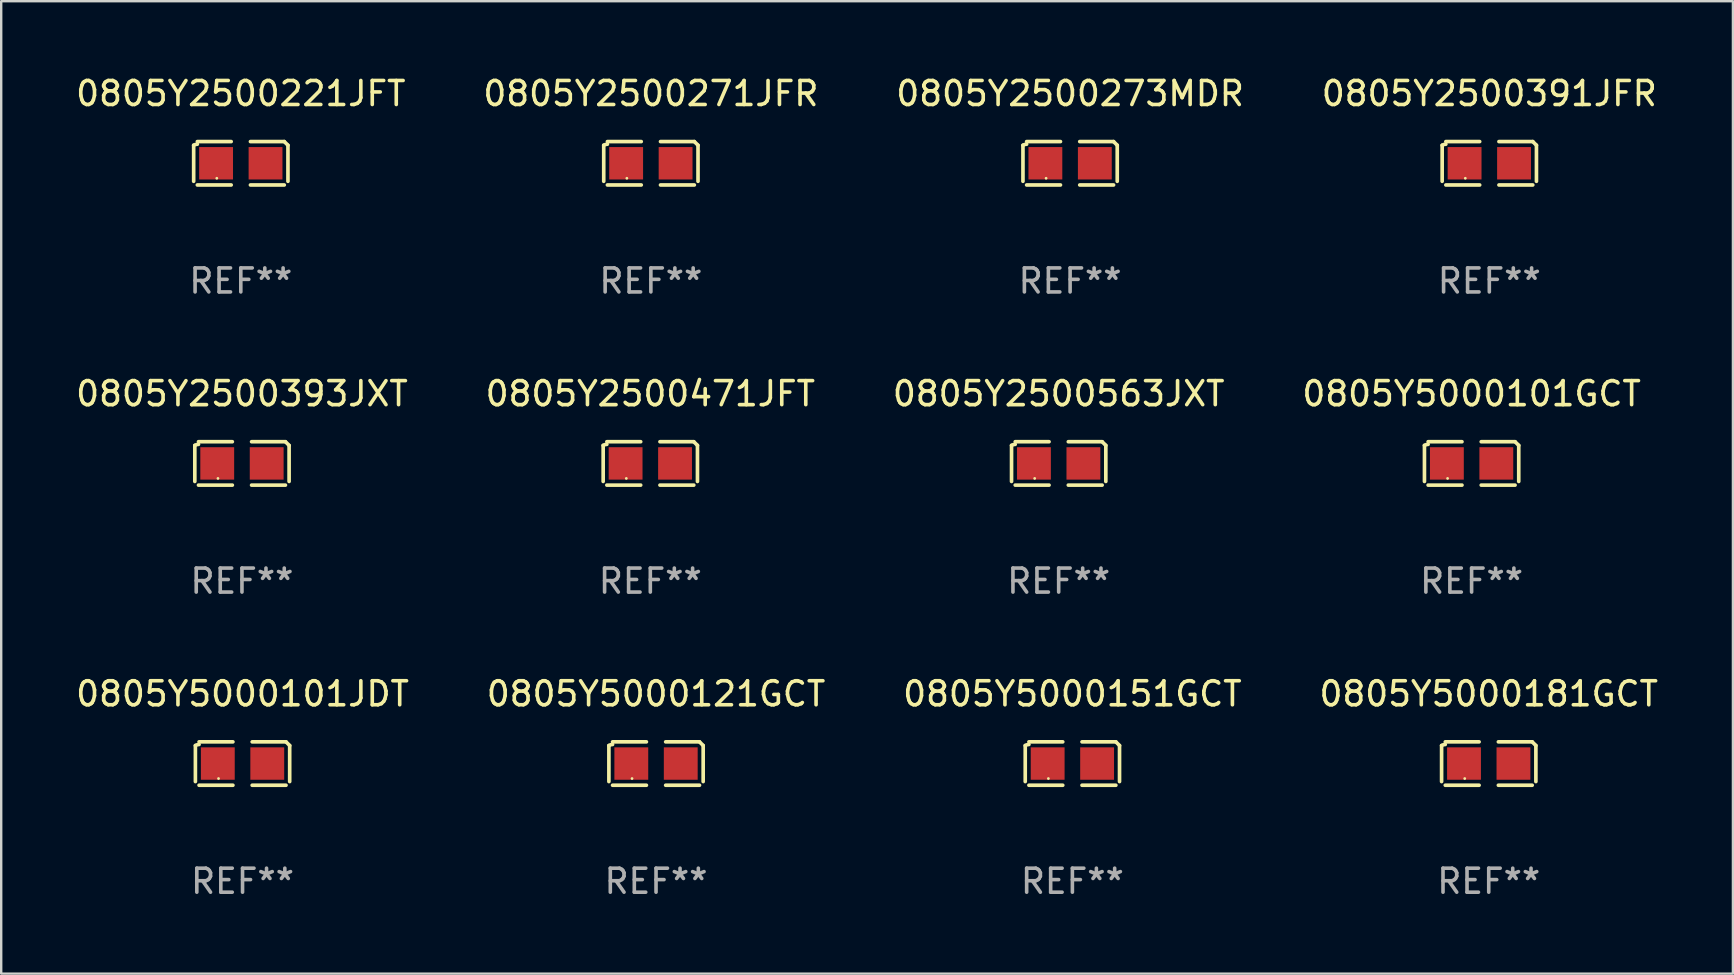
<source format=kicad_pcb>
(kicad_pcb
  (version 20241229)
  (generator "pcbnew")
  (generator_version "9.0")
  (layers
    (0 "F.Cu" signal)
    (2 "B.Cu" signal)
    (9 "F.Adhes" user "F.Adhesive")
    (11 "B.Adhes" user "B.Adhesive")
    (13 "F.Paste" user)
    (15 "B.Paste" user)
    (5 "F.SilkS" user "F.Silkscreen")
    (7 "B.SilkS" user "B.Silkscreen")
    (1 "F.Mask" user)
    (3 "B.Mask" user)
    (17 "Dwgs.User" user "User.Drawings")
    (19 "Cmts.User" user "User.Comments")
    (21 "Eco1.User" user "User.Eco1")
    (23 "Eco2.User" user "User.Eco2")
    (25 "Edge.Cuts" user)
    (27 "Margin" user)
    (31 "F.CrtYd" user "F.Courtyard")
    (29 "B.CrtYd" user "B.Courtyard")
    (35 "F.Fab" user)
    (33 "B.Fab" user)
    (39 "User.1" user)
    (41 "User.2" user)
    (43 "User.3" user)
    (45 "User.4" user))
  (footprint "0805Y2500391JFR"
    (layer "F.Cu")
    (at 58.994 3.752)
    (property "Reference" "0805Y2500391JFR" (at 0 -2.904 0) (layer "F.SilkS") (effects (font (size 1 1) (thickness 0.15))))
    (attr through_hole)
    (fp_line (start -1.964 0.751) (end -1.964 -0.751) (stroke (width 0.152) (type solid)) (layer "F.SilkS"))
    (fp_line (start -1.811 -0.904) (end -0.401 -0.904) (stroke (width 0.152) (type solid)) (layer "F.SilkS"))
    (fp_line (start -0.401 0.904) (end -1.811 0.904) (stroke (width 0.152) (type solid)) (layer "F.SilkS"))
    (fp_line (start 0.401 0.904) (end 1.811 0.904) (stroke (width 0.152) (type solid)) (layer "F.SilkS"))
    (fp_line (start 1.811 -0.904) (end 0.401 -0.904) (stroke (width 0.152) (type solid)) (layer "F.SilkS"))
    (fp_line (start 1.964 0.751) (end 1.964 -0.751) (stroke (width 0.152) (type solid)) (layer "F.SilkS"))
    (fp_arc (start -1.963602 -0.751207) (mid -1.890354 -0.783131) (end -1.811201 -0.794044) (stroke (width 0.1524) (type solid)) (layer "F.SilkS"))
    (fp_arc (start 1.811202 -0.903607) (mid 1.887413 -0.827418) (end 1.963602 -0.751207) (stroke (width 0.1524) (type solid)) (layer "F.SilkS"))
    (fp_circle (center -1 0.625) (end -0.97 0.625) (stroke (width 0.06) (type solid)) (fill no) (layer "F.SilkS"))
    (fp_text user "REF**" (at 0 4.904 0) (layer "F.Fab") (effects (font (size 1 1) (thickness 0.15))))
    (pad "1" smd rect (at -1.03 0) (size 1.41 1.35) (layers "F.Cu" "F.Mask" "F.Paste"))
    (pad "2" smd rect (at 1.03 0) (size 1.41 1.35) (layers "F.Cu" "F.Mask" "F.Paste")))
  (footprint "0805Y2500271JFR"
    (layer "F.Cu")
    (at 24.065 3.752)
    (property "Reference" "0805Y2500271JFR" (at 0 -2.904 0) (layer "F.SilkS") (effects (font (size 1 1) (thickness 0.15))))
    (attr through_hole)
    (fp_line (start -1.964 0.751) (end -1.964 -0.751) (stroke (width 0.152) (type solid)) (layer "F.SilkS"))
    (fp_line (start -1.811 -0.904) (end -0.401 -0.904) (stroke (width 0.152) (type solid)) (layer "F.SilkS"))
    (fp_line (start -0.401 0.904) (end -1.811 0.904) (stroke (width 0.152) (type solid)) (layer "F.SilkS"))
    (fp_line (start 0.401 0.904) (end 1.811 0.904) (stroke (width 0.152) (type solid)) (layer "F.SilkS"))
    (fp_line (start 1.811 -0.904) (end 0.401 -0.904) (stroke (width 0.152) (type solid)) (layer "F.SilkS"))
    (fp_line (start 1.964 0.751) (end 1.964 -0.751) (stroke (width 0.152) (type solid)) (layer "F.SilkS"))
    (fp_arc (start -1.963602 -0.751207) (mid -1.890354 -0.783131) (end -1.811201 -0.794044) (stroke (width 0.1524) (type solid)) (layer "F.SilkS"))
    (fp_arc (start 1.811202 -0.903607) (mid 1.887413 -0.827418) (end 1.963602 -0.751207) (stroke (width 0.1524) (type solid)) (layer "F.SilkS"))
    (fp_circle (center -1 0.625) (end -0.97 0.625) (stroke (width 0.06) (type solid)) (fill no) (layer "F.SilkS"))
    (fp_text user "REF**" (at 0 4.904 0) (layer "F.Fab") (effects (font (size 1 1) (thickness 0.15))))
    (pad "1" smd rect (at -1.03 0) (size 1.41 1.35) (layers "F.Cu" "F.Mask" "F.Paste"))
    (pad "2" smd rect (at 1.03 0) (size 1.41 1.35) (layers "F.Cu" "F.Mask" "F.Paste")))
  (footprint "0805Y5000181GCT"
    (layer "F.Cu")
    (at 58.97 28.759)
    (property "Reference" "0805Y5000181GCT" (at 0 -2.904 0) (layer "F.SilkS") (effects (font (size 1 1) (thickness 0.15))))
    (attr through_hole)
    (fp_line (start -1.964 0.751) (end -1.964 -0.751) (stroke (width 0.152) (type solid)) (layer "F.SilkS"))
    (fp_line (start -1.811 -0.904) (end -0.401 -0.904) (stroke (width 0.152) (type solid)) (layer "F.SilkS"))
    (fp_line (start -0.401 0.904) (end -1.811 0.904) (stroke (width 0.152) (type solid)) (layer "F.SilkS"))
    (fp_line (start 0.401 0.904) (end 1.811 0.904) (stroke (width 0.152) (type solid)) (layer "F.SilkS"))
    (fp_line (start 1.811 -0.904) (end 0.401 -0.904) (stroke (width 0.152) (type solid)) (layer "F.SilkS"))
    (fp_line (start 1.964 0.751) (end 1.964 -0.751) (stroke (width 0.152) (type solid)) (layer "F.SilkS"))
    (fp_arc (start -1.963602 -0.751207) (mid -1.890354 -0.783131) (end -1.811201 -0.794044) (stroke (width 0.1524) (type solid)) (layer "F.SilkS"))
    (fp_arc (start 1.811202 -0.903607) (mid 1.887413 -0.827418) (end 1.963602 -0.751207) (stroke (width 0.1524) (type solid)) (layer "F.SilkS"))
    (fp_circle (center -1 0.625) (end -0.97 0.625) (stroke (width 0.06) (type solid)) (fill no) (layer "F.SilkS"))
    (fp_text user "REF**" (at 0 4.904 0) (layer "F.Fab") (effects (font (size 1 1) (thickness 0.15))))
    (pad "1" smd rect (at -1.03 0) (size 1.41 1.35) (layers "F.Cu" "F.Mask" "F.Paste"))
    (pad "2" smd rect (at 1.03 0) (size 1.41 1.35) (layers "F.Cu" "F.Mask" "F.Paste")))
  (footprint "0805Y2500393JXT"
    (layer "F.Cu")
    (at 7.03 16.256)
    (property "Reference" "0805Y2500393JXT" (at 0 -2.904 0) (layer "F.SilkS") (effects (font (size 1 1) (thickness 0.15))))
    (attr through_hole)
    (fp_line (start -1.964 0.751) (end -1.964 -0.751) (stroke (width 0.152) (type solid)) (layer "F.SilkS"))
    (fp_line (start -1.811 -0.904) (end -0.401 -0.904) (stroke (width 0.152) (type solid)) (layer "F.SilkS"))
    (fp_line (start -0.401 0.904) (end -1.811 0.904) (stroke (width 0.152) (type solid)) (layer "F.SilkS"))
    (fp_line (start 0.401 0.904) (end 1.811 0.904) (stroke (width 0.152) (type solid)) (layer "F.SilkS"))
    (fp_line (start 1.811 -0.904) (end 0.401 -0.904) (stroke (width 0.152) (type solid)) (layer "F.SilkS"))
    (fp_line (start 1.964 0.751) (end 1.964 -0.751) (stroke (width 0.152) (type solid)) (layer "F.SilkS"))
    (fp_arc (start -1.963602 -0.751207) (mid -1.890354 -0.783131) (end -1.811201 -0.794044) (stroke (width 0.1524) (type solid)) (layer "F.SilkS"))
    (fp_arc (start 1.811202 -0.903607) (mid 1.887413 -0.827418) (end 1.963602 -0.751207) (stroke (width 0.1524) (type solid)) (layer "F.SilkS"))
    (fp_circle (center -1 0.625) (end -0.97 0.625) (stroke (width 0.06) (type solid)) (fill no) (layer "F.SilkS"))
    (fp_text user "REF**" (at 0 4.904 0) (layer "F.Fab") (effects (font (size 1 1) (thickness 0.15))))
    (pad "1" smd rect (at -1.03 0) (size 1.41 1.35) (layers "F.Cu" "F.Mask" "F.Paste"))
    (pad "2" smd rect (at 1.03 0) (size 1.41 1.35) (layers "F.Cu" "F.Mask" "F.Paste")))
  (footprint "0805Y2500273MDR"
    (layer "F.Cu")
    (at 41.53 3.752)
    (property "Reference" "0805Y2500273MDR" (at 0 -2.904 0) (layer "F.SilkS") (effects (font (size 1 1) (thickness 0.15))))
    (attr through_hole)
    (fp_line (start -1.964 0.751) (end -1.964 -0.751) (stroke (width 0.152) (type solid)) (layer "F.SilkS"))
    (fp_line (start -1.811 -0.904) (end -0.401 -0.904) (stroke (width 0.152) (type solid)) (layer "F.SilkS"))
    (fp_line (start -0.401 0.904) (end -1.811 0.904) (stroke (width 0.152) (type solid)) (layer "F.SilkS"))
    (fp_line (start 0.401 0.904) (end 1.811 0.904) (stroke (width 0.152) (type solid)) (layer "F.SilkS"))
    (fp_line (start 1.811 -0.904) (end 0.401 -0.904) (stroke (width 0.152) (type solid)) (layer "F.SilkS"))
    (fp_line (start 1.964 0.751) (end 1.964 -0.751) (stroke (width 0.152) (type solid)) (layer "F.SilkS"))
    (fp_arc (start -1.963602 -0.751207) (mid -1.890354 -0.783131) (end -1.811201 -0.794044) (stroke (width 0.1524) (type solid)) (layer "F.SilkS"))
    (fp_arc (start 1.811202 -0.903607) (mid 1.887413 -0.827418) (end 1.963602 -0.751207) (stroke (width 0.1524) (type solid)) (layer "F.SilkS"))
    (fp_circle (center -1 0.625) (end -0.97 0.625) (stroke (width 0.06) (type solid)) (fill no) (layer "F.SilkS"))
    (fp_text user "REF**" (at 0 4.904 0) (layer "F.Fab") (effects (font (size 1 1) (thickness 0.15))))
    (pad "1" smd rect (at -1.03 0) (size 1.41 1.35) (layers "F.Cu" "F.Mask" "F.Paste"))
    (pad "2" smd rect (at 1.03 0) (size 1.41 1.35) (layers "F.Cu" "F.Mask" "F.Paste")))
  (footprint "0805Y2500471JFT"
    (layer "F.Cu")
    (at 24.042 16.256)
    (property "Reference" "0805Y2500471JFT" (at 0 -2.904 0) (layer "F.SilkS") (effects (font (size 1 1) (thickness 0.15))))
    (attr through_hole)
    (fp_line (start -1.964 0.751) (end -1.964 -0.751) (stroke (width 0.152) (type solid)) (layer "F.SilkS"))
    (fp_line (start -1.811 -0.904) (end -0.401 -0.904) (stroke (width 0.152) (type solid)) (layer "F.SilkS"))
    (fp_line (start -0.401 0.904) (end -1.811 0.904) (stroke (width 0.152) (type solid)) (layer "F.SilkS"))
    (fp_line (start 0.401 0.904) (end 1.811 0.904) (stroke (width 0.152) (type solid)) (layer "F.SilkS"))
    (fp_line (start 1.811 -0.904) (end 0.401 -0.904) (stroke (width 0.152) (type solid)) (layer "F.SilkS"))
    (fp_line (start 1.964 0.751) (end 1.964 -0.751) (stroke (width 0.152) (type solid)) (layer "F.SilkS"))
    (fp_arc (start -1.963602 -0.751207) (mid -1.890354 -0.783131) (end -1.811201 -0.794044) (stroke (width 0.1524) (type solid)) (layer "F.SilkS"))
    (fp_arc (start 1.811202 -0.903607) (mid 1.887413 -0.827418) (end 1.963602 -0.751207) (stroke (width 0.1524) (type solid)) (layer "F.SilkS"))
    (fp_circle (center -1 0.625) (end -0.97 0.625) (stroke (width 0.06) (type solid)) (fill no) (layer "F.SilkS"))
    (fp_text user "REF**" (at 0 4.904 0) (layer "F.Fab") (effects (font (size 1 1) (thickness 0.15))))
    (pad "1" smd rect (at -1.03 0) (size 1.41 1.35) (layers "F.Cu" "F.Mask" "F.Paste"))
    (pad "2" smd rect (at 1.03 0) (size 1.41 1.35) (layers "F.Cu" "F.Mask" "F.Paste")))
  (footprint "0805Y5000101JDT"
    (layer "F.Cu")
    (at 7.054 28.759)
    (property "Reference" "0805Y5000101JDT" (at 0 -2.904 0) (layer "F.SilkS") (effects (font (size 1 1) (thickness 0.15))))
    (attr through_hole)
    (fp_line (start -1.964 0.751) (end -1.964 -0.751) (stroke (width 0.152) (type solid)) (layer "F.SilkS"))
    (fp_line (start -1.811 -0.904) (end -0.401 -0.904) (stroke (width 0.152) (type solid)) (layer "F.SilkS"))
    (fp_line (start -0.401 0.904) (end -1.811 0.904) (stroke (width 0.152) (type solid)) (layer "F.SilkS"))
    (fp_line (start 0.401 0.904) (end 1.811 0.904) (stroke (width 0.152) (type solid)) (layer "F.SilkS"))
    (fp_line (start 1.811 -0.904) (end 0.401 -0.904) (stroke (width 0.152) (type solid)) (layer "F.SilkS"))
    (fp_line (start 1.964 0.751) (end 1.964 -0.751) (stroke (width 0.152) (type solid)) (layer "F.SilkS"))
    (fp_arc (start -1.963602 -0.751207) (mid -1.890354 -0.783131) (end -1.811201 -0.794044) (stroke (width 0.1524) (type solid)) (layer "F.SilkS"))
    (fp_arc (start 1.811202 -0.903607) (mid 1.887413 -0.827418) (end 1.963602 -0.751207) (stroke (width 0.1524) (type solid)) (layer "F.SilkS"))
    (fp_circle (center -1 0.625) (end -0.97 0.625) (stroke (width 0.06) (type solid)) (fill no) (layer "F.SilkS"))
    (fp_text user "REF**" (at 0 4.904 0) (layer "F.Fab") (effects (font (size 1 1) (thickness 0.15))))
    (pad "1" smd rect (at -1.03 0) (size 1.41 1.35) (layers "F.Cu" "F.Mask" "F.Paste"))
    (pad "2" smd rect (at 1.03 0) (size 1.41 1.35) (layers "F.Cu" "F.Mask" "F.Paste")))
  (footprint "0805Y5000151GCT"
    (layer "F.Cu")
    (at 41.625 28.759)
    (property "Reference" "0805Y5000151GCT" (at 0 -2.904 0) (layer "F.SilkS") (effects (font (size 1 1) (thickness 0.15))))
    (attr through_hole)
    (fp_line (start -1.964 0.751) (end -1.964 -0.751) (stroke (width 0.152) (type solid)) (layer "F.SilkS"))
    (fp_line (start -1.811 -0.904) (end -0.401 -0.904) (stroke (width 0.152) (type solid)) (layer "F.SilkS"))
    (fp_line (start -0.401 0.904) (end -1.811 0.904) (stroke (width 0.152) (type solid)) (layer "F.SilkS"))
    (fp_line (start 0.401 0.904) (end 1.811 0.904) (stroke (width 0.152) (type solid)) (layer "F.SilkS"))
    (fp_line (start 1.811 -0.904) (end 0.401 -0.904) (stroke (width 0.152) (type solid)) (layer "F.SilkS"))
    (fp_line (start 1.964 0.751) (end 1.964 -0.751) (stroke (width 0.152) (type solid)) (layer "F.SilkS"))
    (fp_arc (start -1.963602 -0.751207) (mid -1.890354 -0.783131) (end -1.811201 -0.794044) (stroke (width 0.1524) (type solid)) (layer "F.SilkS"))
    (fp_arc (start 1.811202 -0.903607) (mid 1.887413 -0.827418) (end 1.963602 -0.751207) (stroke (width 0.1524) (type solid)) (layer "F.SilkS"))
    (fp_circle (center -1 0.625) (end -0.97 0.625) (stroke (width 0.06) (type solid)) (fill no) (layer "F.SilkS"))
    (fp_text user "REF**" (at 0 4.904 0) (layer "F.Fab") (effects (font (size 1 1) (thickness 0.15))))
    (pad "1" smd rect (at -1.03 0) (size 1.41 1.35) (layers "F.Cu" "F.Mask" "F.Paste"))
    (pad "2" smd rect (at 1.03 0) (size 1.41 1.35) (layers "F.Cu" "F.Mask" "F.Paste")))
  (footprint "0805Y5000121GCT"
    (layer "F.Cu")
    (at 24.28 28.759)
    (property "Reference" "0805Y5000121GCT" (at 0 -2.904 0) (layer "F.SilkS") (effects (font (size 1 1) (thickness 0.15))))
    (attr through_hole)
    (fp_line (start -1.964 0.751) (end -1.964 -0.751) (stroke (width 0.152) (type solid)) (layer "F.SilkS"))
    (fp_line (start -1.811 -0.904) (end -0.401 -0.904) (stroke (width 0.152) (type solid)) (layer "F.SilkS"))
    (fp_line (start -0.401 0.904) (end -1.811 0.904) (stroke (width 0.152) (type solid)) (layer "F.SilkS"))
    (fp_line (start 0.401 0.904) (end 1.811 0.904) (stroke (width 0.152) (type solid)) (layer "F.SilkS"))
    (fp_line (start 1.811 -0.904) (end 0.401 -0.904) (stroke (width 0.152) (type solid)) (layer "F.SilkS"))
    (fp_line (start 1.964 0.751) (end 1.964 -0.751) (stroke (width 0.152) (type solid)) (layer "F.SilkS"))
    (fp_arc (start -1.963602 -0.751207) (mid -1.890354 -0.783131) (end -1.811201 -0.794044) (stroke (width 0.1524) (type solid)) (layer "F.SilkS"))
    (fp_arc (start 1.811202 -0.903607) (mid 1.887413 -0.827418) (end 1.963602 -0.751207) (stroke (width 0.1524) (type solid)) (layer "F.SilkS"))
    (fp_circle (center -1 0.625) (end -0.97 0.625) (stroke (width 0.06) (type solid)) (fill no) (layer "F.SilkS"))
    (fp_text user "REF**" (at 0 4.904 0) (layer "F.Fab") (effects (font (size 1 1) (thickness 0.15))))
    (pad "1" smd rect (at -1.03 0) (size 1.41 1.35) (layers "F.Cu" "F.Mask" "F.Paste"))
    (pad "2" smd rect (at 1.03 0) (size 1.41 1.35) (layers "F.Cu" "F.Mask" "F.Paste")))
  (footprint "0805Y5000101GCT"
    (layer "F.Cu")
    (at 58.256 16.256)
    (property "Reference" "0805Y5000101GCT" (at 0 -2.904 0) (layer "F.SilkS") (effects (font (size 1 1) (thickness 0.15))))
    (attr through_hole)
    (fp_line (start -1.964 0.751) (end -1.964 -0.751) (stroke (width 0.152) (type solid)) (layer "F.SilkS"))
    (fp_line (start -1.811 -0.904) (end -0.401 -0.904) (stroke (width 0.152) (type solid)) (layer "F.SilkS"))
    (fp_line (start -0.401 0.904) (end -1.811 0.904) (stroke (width 0.152) (type solid)) (layer "F.SilkS"))
    (fp_line (start 0.401 0.904) (end 1.811 0.904) (stroke (width 0.152) (type solid)) (layer "F.SilkS"))
    (fp_line (start 1.811 -0.904) (end 0.401 -0.904) (stroke (width 0.152) (type solid)) (layer "F.SilkS"))
    (fp_line (start 1.964 0.751) (end 1.964 -0.751) (stroke (width 0.152) (type solid)) (layer "F.SilkS"))
    (fp_arc (start -1.963602 -0.751207) (mid -1.890354 -0.783131) (end -1.811201 -0.794044) (stroke (width 0.1524) (type solid)) (layer "F.SilkS"))
    (fp_arc (start 1.811202 -0.903607) (mid 1.887413 -0.827418) (end 1.963602 -0.751207) (stroke (width 0.1524) (type solid)) (layer "F.SilkS"))
    (fp_circle (center -1 0.625) (end -0.97 0.625) (stroke (width 0.06) (type solid)) (fill no) (layer "F.SilkS"))
    (fp_text user "REF**" (at 0 4.904 0) (layer "F.Fab") (effects (font (size 1 1) (thickness 0.15))))
    (pad "1" smd rect (at -1.03 0) (size 1.41 1.35) (layers "F.Cu" "F.Mask" "F.Paste"))
    (pad "2" smd rect (at 1.03 0) (size 1.41 1.35) (layers "F.Cu" "F.Mask" "F.Paste")))
  (footprint "0805Y2500221JFT"
    (layer "F.Cu")
    (at 6.982 3.752)
    (property "Reference" "0805Y2500221JFT" (at 0 -2.904 0) (layer "F.SilkS") (effects (font (size 1 1) (thickness 0.15))))
    (attr through_hole)
    (fp_line (start -1.964 0.751) (end -1.964 -0.751) (stroke (width 0.152) (type solid)) (layer "F.SilkS"))
    (fp_line (start -1.811 -0.904) (end -0.401 -0.904) (stroke (width 0.152) (type solid)) (layer "F.SilkS"))
    (fp_line (start -0.401 0.904) (end -1.811 0.904) (stroke (width 0.152) (type solid)) (layer "F.SilkS"))
    (fp_line (start 0.401 0.904) (end 1.811 0.904) (stroke (width 0.152) (type solid)) (layer "F.SilkS"))
    (fp_line (start 1.811 -0.904) (end 0.401 -0.904) (stroke (width 0.152) (type solid)) (layer "F.SilkS"))
    (fp_line (start 1.964 0.751) (end 1.964 -0.751) (stroke (width 0.152) (type solid)) (layer "F.SilkS"))
    (fp_arc (start -1.963602 -0.751207) (mid -1.890354 -0.783131) (end -1.811201 -0.794044) (stroke (width 0.1524) (type solid)) (layer "F.SilkS"))
    (fp_arc (start 1.811202 -0.903607) (mid 1.887413 -0.827418) (end 1.963602 -0.751207) (stroke (width 0.1524) (type solid)) (layer "F.SilkS"))
    (fp_circle (center -1 0.625) (end -0.97 0.625) (stroke (width 0.06) (type solid)) (fill no) (layer "F.SilkS"))
    (fp_text user "REF**" (at 0 4.904 0) (layer "F.Fab") (effects (font (size 1 1) (thickness 0.15))))
    (pad "1" smd rect (at -1.03 0) (size 1.41 1.35) (layers "F.Cu" "F.Mask" "F.Paste"))
    (pad "2" smd rect (at 1.03 0) (size 1.41 1.35) (layers "F.Cu" "F.Mask" "F.Paste")))
  (footprint "0805Y2500563JXT"
    (layer "F.Cu")
    (at 41.054 16.256)
    (property "Reference" "0805Y2500563JXT" (at 0 -2.904 0) (layer "F.SilkS") (effects (font (size 1 1) (thickness 0.15))))
    (attr through_hole)
    (fp_line (start -1.964 0.751) (end -1.964 -0.751) (stroke (width 0.152) (type solid)) (layer "F.SilkS"))
    (fp_line (start -1.811 -0.904) (end -0.401 -0.904) (stroke (width 0.152) (type solid)) (layer "F.SilkS"))
    (fp_line (start -0.401 0.904) (end -1.811 0.904) (stroke (width 0.152) (type solid)) (layer "F.SilkS"))
    (fp_line (start 0.401 0.904) (end 1.811 0.904) (stroke (width 0.152) (type solid)) (layer "F.SilkS"))
    (fp_line (start 1.811 -0.904) (end 0.401 -0.904) (stroke (width 0.152) (type solid)) (layer "F.SilkS"))
    (fp_line (start 1.964 0.751) (end 1.964 -0.751) (stroke (width 0.152) (type solid)) (layer "F.SilkS"))
    (fp_arc (start -1.963602 -0.751207) (mid -1.890354 -0.783131) (end -1.811201 -0.794044) (stroke (width 0.1524) (type solid)) (layer "F.SilkS"))
    (fp_arc (start 1.811202 -0.903607) (mid 1.887413 -0.827418) (end 1.963602 -0.751207) (stroke (width 0.1524) (type solid)) (layer "F.SilkS"))
    (fp_circle (center -1 0.625) (end -0.97 0.625) (stroke (width 0.06) (type solid)) (fill no) (layer "F.SilkS"))
    (fp_text user "REF**" (at 0 4.904 0) (layer "F.Fab") (effects (font (size 1 1) (thickness 0.15))))
    (pad "1" smd rect (at -1.03 0) (size 1.41 1.35) (layers "F.Cu" "F.Mask" "F.Paste"))
    (pad "2" smd rect (at 1.03 0) (size 1.41 1.35) (layers "F.Cu" "F.Mask" "F.Paste")))
  (gr_rect
    (start -3 -3)
    (end 69.143 37.511)
    (stroke (width 0.1) (type default))
    (fill no)
    (layer "Edge.Cuts")))
</source>
